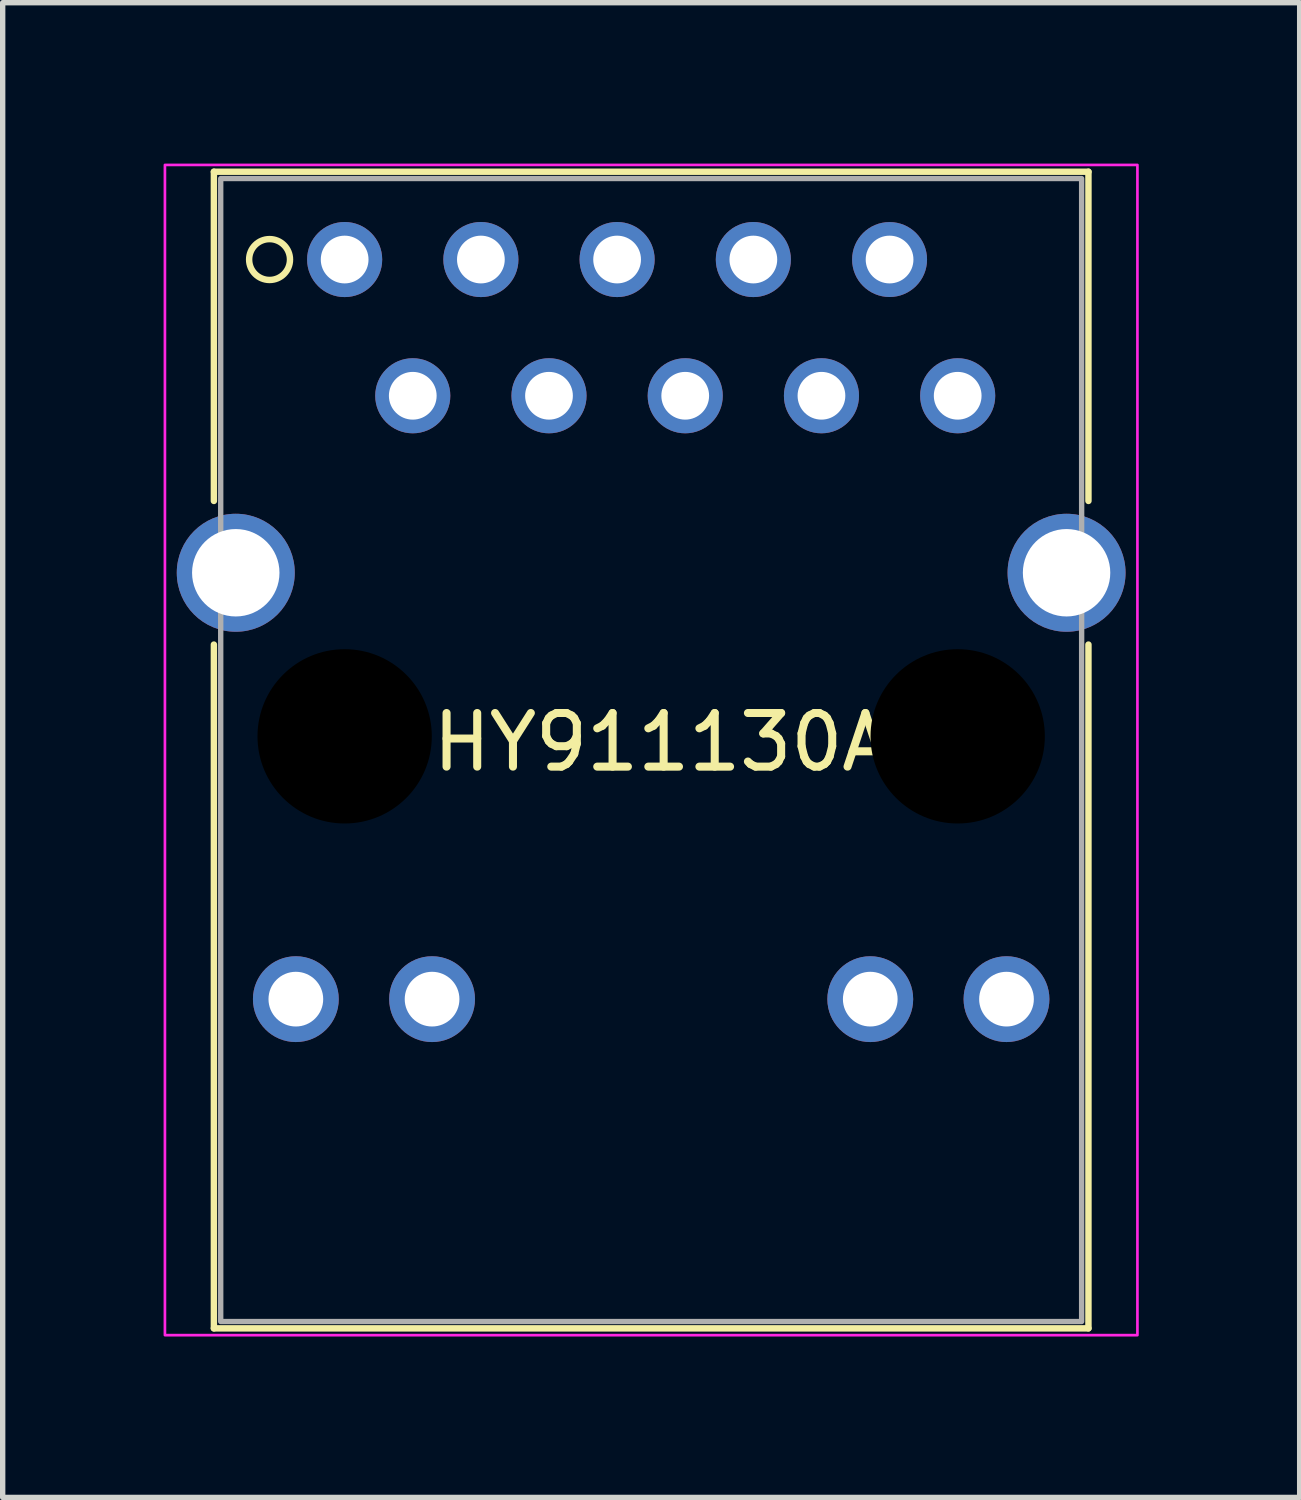
<source format=kicad_pcb>
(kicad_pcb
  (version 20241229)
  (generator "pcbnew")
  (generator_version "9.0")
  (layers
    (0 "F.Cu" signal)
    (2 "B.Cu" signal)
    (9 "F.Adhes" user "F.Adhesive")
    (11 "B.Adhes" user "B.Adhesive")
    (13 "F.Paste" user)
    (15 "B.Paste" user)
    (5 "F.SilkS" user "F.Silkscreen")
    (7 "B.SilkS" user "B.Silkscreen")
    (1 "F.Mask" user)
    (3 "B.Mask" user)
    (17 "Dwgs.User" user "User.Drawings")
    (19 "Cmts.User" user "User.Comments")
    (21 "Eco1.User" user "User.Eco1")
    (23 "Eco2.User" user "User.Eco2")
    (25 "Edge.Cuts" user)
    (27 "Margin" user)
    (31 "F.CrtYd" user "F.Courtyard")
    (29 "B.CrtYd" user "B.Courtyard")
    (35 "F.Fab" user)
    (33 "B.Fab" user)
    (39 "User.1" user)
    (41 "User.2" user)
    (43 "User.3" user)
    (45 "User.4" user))
  (footprint "HY911130A"
    (layer "F.Cu")
    (at 3.376 1.789)
    (property "Reference" "HY911130A" (at 5.9 9 0) (layer "F.SilkS") (effects (font (size 1 1) (thickness 0.15))))
    (attr through_hole)
    (fp_line (start -2.438 -1.637) (end -2.438 4.501) (stroke (width 0.12) (type solid)) (layer "F.SilkS"))
    (fp_line (start -2.438 7.179) (end -2.438 19.928) (stroke (width 0.12) (type solid)) (layer "F.SilkS"))
    (fp_line (start -2.438 19.928) (end 13.868 19.928) (stroke (width 0.12) (type solid)) (layer "F.SilkS"))
    (fp_line (start 13.868 -1.637) (end -2.438 -1.637) (stroke (width 0.12) (type solid)) (layer "F.SilkS"))
    (fp_line (start 13.868 4.501) (end 13.868 -1.637) (stroke (width 0.12) (type solid)) (layer "F.SilkS"))
    (fp_line (start 13.868 19.928) (end 13.868 7.179) (stroke (width 0.12) (type solid)) (layer "F.SilkS"))
    (fp_circle (center -1.4 0) (end -1.019 0) (stroke (width 0.12) (type solid)) (fill no) (layer "F.SilkS"))
    (fp_rect (start -3.351 -1.764) (end 14.781 20.055) (stroke (width 0.05) (type solid)) (fill no) (layer "F.CrtYd"))
    (fp_rect (start -2.311 -1.51) (end 13.741 19.801) (stroke (width 0.1) (type solid)) (fill no) (layer "F.Fab"))
    (pad "" np_thru_hole circle (at 0 8.89) (size 3.25 3.25) (drill 3.25) (layers "*.Mask"))
    (pad "" np_thru_hole circle (at 11.43 8.89) (size 3.25 3.25) (drill 3.25) (layers "*.Mask"))
    (pad "1" thru_hole circle (at 0 0) (size 1.4 1.4) (drill 0.89) (layers "*.Cu" "*.Mask"))
    (pad "2" thru_hole circle (at 1.27 2.54) (size 1.4 1.4) (drill 0.89) (layers "*.Cu" "*.Mask"))
    (pad "3" thru_hole circle (at 2.54 0) (size 1.4 1.4) (drill 0.89) (layers "*.Cu" "*.Mask"))
    (pad "4" thru_hole circle (at 3.81 2.54) (size 1.4 1.4) (drill 0.89) (layers "*.Cu" "*.Mask"))
    (pad "5" thru_hole circle (at 5.08 0) (size 1.4 1.4) (drill 0.89) (layers "*.Cu" "*.Mask"))
    (pad "6" thru_hole circle (at 6.35 2.54) (size 1.4 1.4) (drill 0.89) (layers "*.Cu" "*.Mask"))
    (pad "7" thru_hole circle (at 7.62 0) (size 1.4 1.4) (drill 0.89) (layers "*.Cu" "*.Mask"))
    (pad "8" thru_hole circle (at 8.89 2.54) (size 1.4 1.4) (drill 0.89) (layers "*.Cu" "*.Mask"))
    (pad "9" thru_hole circle (at 10.16 0) (size 1.397 1.397) (drill 0.89) (layers "*.Cu" "*.Mask"))
    (pad "10" thru_hole circle (at 11.43 2.54) (size 1.4 1.4) (drill 0.89) (layers "*.Cu" "*.Mask"))
    (pad "11" thru_hole circle (at -0.91 13.79) (size 1.6 1.6) (drill 1.02) (layers "*.Cu" "*.Mask"))
    (pad "12" thru_hole circle (at 1.63 13.79) (size 1.6 1.6) (drill 1.02) (layers "*.Cu" "*.Mask"))
    (pad "13" thru_hole circle (at 9.8 13.79) (size 1.6 1.6) (drill 1.02) (layers "*.Cu" "*.Mask"))
    (pad "14" thru_hole circle (at 12.34 13.79) (size 1.6 1.6) (drill 1.02) (layers "*.Cu" "*.Mask"))
    (pad "SH" thru_hole circle (at -2.03 5.84) (size 2.2 2.2) (drill 1.63) (layers "*.Cu" "*.Mask"))
    (pad "SH" thru_hole circle (at 13.46 5.84) (size 2.2 2.2) (drill 1.63) (layers "*.Cu" "*.Mask")))
  (gr_rect
    (start -3 -3)
    (end 21.182 24.869)
    (stroke (width 0.1) (type default))
    (fill no)
    (layer "Edge.Cuts")))
</source>
